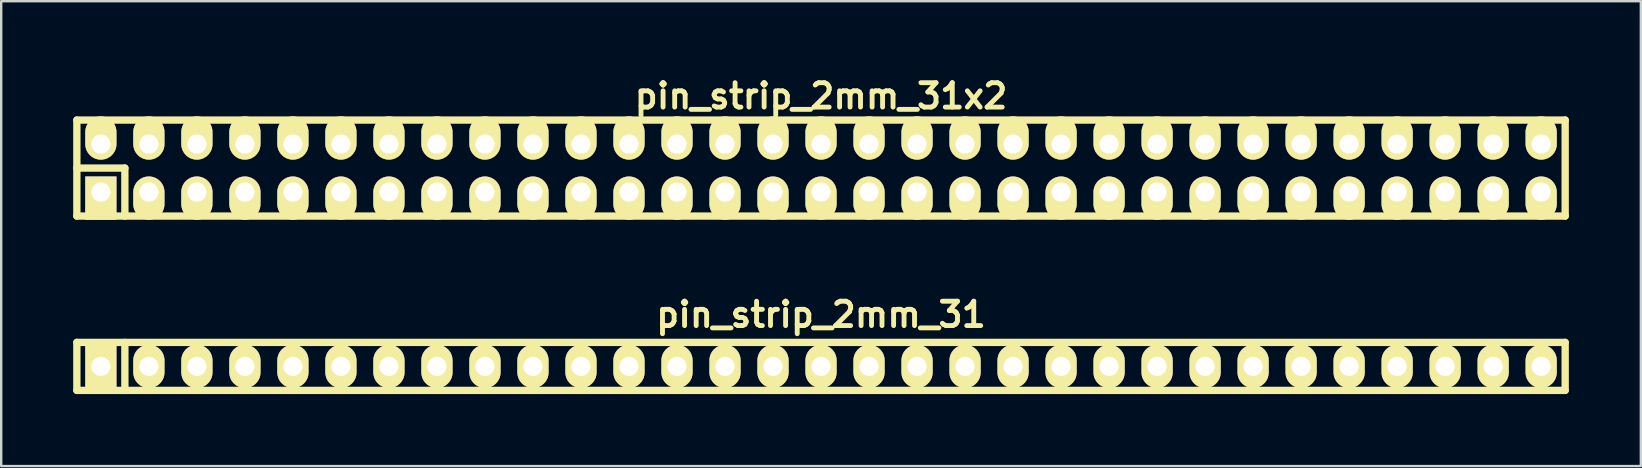
<source format=kicad_pcb>
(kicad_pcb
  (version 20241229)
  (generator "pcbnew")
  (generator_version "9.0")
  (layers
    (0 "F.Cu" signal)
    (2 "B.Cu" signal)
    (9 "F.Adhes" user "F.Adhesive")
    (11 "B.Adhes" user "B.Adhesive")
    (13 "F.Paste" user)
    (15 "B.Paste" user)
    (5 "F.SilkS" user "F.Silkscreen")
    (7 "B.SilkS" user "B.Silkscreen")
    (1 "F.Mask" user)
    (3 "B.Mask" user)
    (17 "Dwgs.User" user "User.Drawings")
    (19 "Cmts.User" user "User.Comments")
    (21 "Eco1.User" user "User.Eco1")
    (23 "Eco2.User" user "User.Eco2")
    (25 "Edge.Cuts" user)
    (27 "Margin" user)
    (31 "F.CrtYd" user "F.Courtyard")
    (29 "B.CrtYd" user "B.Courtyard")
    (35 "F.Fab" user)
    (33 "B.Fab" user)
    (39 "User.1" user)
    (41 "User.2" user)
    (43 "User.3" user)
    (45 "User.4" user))
  (footprint "pin_strip_2mm_31x2"
    (layer "F.Cu")
    (at 31.152 3.951)
    (property "Reference" "pin_strip_2mm_31x2" (at 0 -3 0) (layer "F.SilkS") (effects (font (size 1.016 1.016) (thickness 0.203))))
    (attr through_hole)
    (fp_line (start -31 -2) (end 31 -2) (stroke (width 0.305) (type solid)) (layer "F.SilkS"))
    (fp_line (start -31 0) (end -29 0) (stroke (width 0.305) (type solid)) (layer "F.SilkS"))
    (fp_line (start -31 2) (end -31 -2) (stroke (width 0.305) (type solid)) (layer "F.SilkS"))
    (fp_line (start -29 0) (end -29 2) (stroke (width 0.305) (type solid)) (layer "F.SilkS"))
    (fp_line (start 31 -2) (end 31 2) (stroke (width 0.305) (type solid)) (layer "F.SilkS"))
    (fp_line (start 31 2) (end -31 2) (stroke (width 0.305) (type solid)) (layer "F.SilkS"))
    (pad "1" thru_hole rect (at -30 1) (size 1.3 1.8) (drill 0.8 (offset 0 0.25)) (layers "*.Cu" "*.Mask" "F.SilkS"))
    (pad "2" thru_hole oval (at -30 -1) (size 1.3 1.8) (drill 0.8 (offset 0 -0.25)) (layers "*.Cu" "*.Mask" "F.SilkS"))
    (pad "3" thru_hole oval (at -28 1) (size 1.3 1.8) (drill 0.8 (offset 0 0.25)) (layers "*.Cu" "*.Mask" "F.SilkS"))
    (pad "4" thru_hole oval (at -28 -1) (size 1.3 1.8) (drill 0.8 (offset 0 -0.25)) (layers "*.Cu" "*.Mask" "F.SilkS"))
    (pad "5" thru_hole oval (at -26 1) (size 1.3 1.8) (drill 0.8 (offset 0 0.25)) (layers "*.Cu" "*.Mask" "F.SilkS"))
    (pad "6" thru_hole oval (at -26 -1) (size 1.3 1.8) (drill 0.8 (offset 0 -0.25)) (layers "*.Cu" "*.Mask" "F.SilkS"))
    (pad "7" thru_hole oval (at -24 1) (size 1.3 1.8) (drill 0.8 (offset 0 0.25)) (layers "*.Cu" "*.Mask" "F.SilkS"))
    (pad "8" thru_hole oval (at -24 -1) (size 1.3 1.8) (drill 0.8 (offset 0 -0.25)) (layers "*.Cu" "*.Mask" "F.SilkS"))
    (pad "9" thru_hole oval (at -22 1) (size 1.3 1.8) (drill 0.8 (offset 0 0.25)) (layers "*.Cu" "*.Mask" "F.SilkS"))
    (pad "10" thru_hole oval (at -22 -1) (size 1.3 1.8) (drill 0.8 (offset 0 -0.25)) (layers "*.Cu" "*.Mask" "F.SilkS"))
    (pad "11" thru_hole oval (at -20 1) (size 1.3 1.8) (drill 0.8 (offset 0 0.25)) (layers "*.Cu" "*.Mask" "F.SilkS"))
    (pad "12" thru_hole oval (at -20 -1) (size 1.3 1.8) (drill 0.8 (offset 0 -0.25)) (layers "*.Cu" "*.Mask" "F.SilkS"))
    (pad "13" thru_hole oval (at -18 1) (size 1.3 1.8) (drill 0.8 (offset 0 0.25)) (layers "*.Cu" "*.Mask" "F.SilkS"))
    (pad "14" thru_hole oval (at -18 -1) (size 1.3 1.8) (drill 0.8 (offset 0 -0.25)) (layers "*.Cu" "*.Mask" "F.SilkS"))
    (pad "15" thru_hole oval (at -16 1) (size 1.3 1.8) (drill 0.8 (offset 0 0.25)) (layers "*.Cu" "*.Mask" "F.SilkS"))
    (pad "16" thru_hole oval (at -16 -1) (size 1.3 1.8) (drill 0.8 (offset 0 -0.25)) (layers "*.Cu" "*.Mask" "F.SilkS"))
    (pad "17" thru_hole oval (at -14 1) (size 1.3 1.8) (drill 0.8 (offset 0 0.25)) (layers "*.Cu" "*.Mask" "F.SilkS"))
    (pad "18" thru_hole oval (at -14 -1) (size 1.3 1.8) (drill 0.8 (offset 0 -0.25)) (layers "*.Cu" "*.Mask" "F.SilkS"))
    (pad "19" thru_hole oval (at -12 1) (size 1.3 1.8) (drill 0.8 (offset 0 0.25)) (layers "*.Cu" "*.Mask" "F.SilkS"))
    (pad "20" thru_hole oval (at -12 -1) (size 1.3 1.8) (drill 0.8 (offset 0 -0.25)) (layers "*.Cu" "*.Mask" "F.SilkS"))
    (pad "21" thru_hole oval (at -10 1) (size 1.3 1.8) (drill 0.8 (offset 0 0.25)) (layers "*.Cu" "*.Mask" "F.SilkS"))
    (pad "22" thru_hole oval (at -10 -1) (size 1.3 1.8) (drill 0.8 (offset 0 -0.25)) (layers "*.Cu" "*.Mask" "F.SilkS"))
    (pad "23" thru_hole oval (at -8 1) (size 1.3 1.8) (drill 0.8 (offset 0 0.25)) (layers "*.Cu" "*.Mask" "F.SilkS"))
    (pad "24" thru_hole oval (at -8 -1) (size 1.3 1.8) (drill 0.8 (offset 0 -0.25)) (layers "*.Cu" "*.Mask" "F.SilkS"))
    (pad "25" thru_hole oval (at -6 1) (size 1.3 1.8) (drill 0.8 (offset 0 0.25)) (layers "*.Cu" "*.Mask" "F.SilkS"))
    (pad "26" thru_hole oval (at -6 -1) (size 1.3 1.8) (drill 0.8 (offset 0 -0.25)) (layers "*.Cu" "*.Mask" "F.SilkS"))
    (pad "27" thru_hole oval (at -4 1) (size 1.3 1.8) (drill 0.8 (offset 0 0.25)) (layers "*.Cu" "*.Mask" "F.SilkS"))
    (pad "28" thru_hole oval (at -4 -1) (size 1.3 1.8) (drill 0.8 (offset 0 -0.25)) (layers "*.Cu" "*.Mask" "F.SilkS"))
    (pad "29" thru_hole oval (at -2 1) (size 1.3 1.8) (drill 0.8 (offset 0 0.25)) (layers "*.Cu" "*.Mask" "F.SilkS"))
    (pad "30" thru_hole oval (at -2 -1) (size 1.3 1.8) (drill 0.8 (offset 0 -0.25)) (layers "*.Cu" "*.Mask" "F.SilkS"))
    (pad "31" thru_hole oval (at 0 1) (size 1.3 1.8) (drill 0.8 (offset 0 0.25)) (layers "*.Cu" "*.Mask" "F.SilkS"))
    (pad "32" thru_hole oval (at 0 -1) (size 1.3 1.8) (drill 0.8 (offset 0 -0.25)) (layers "*.Cu" "*.Mask" "F.SilkS"))
    (pad "33" thru_hole oval (at 2 1) (size 1.3 1.8) (drill 0.8 (offset 0 0.25)) (layers "*.Cu" "*.Mask" "F.SilkS"))
    (pad "34" thru_hole oval (at 2 -1) (size 1.3 1.8) (drill 0.8 (offset 0 -0.25)) (layers "*.Cu" "*.Mask" "F.SilkS"))
    (pad "35" thru_hole oval (at 4 1) (size 1.3 1.8) (drill 0.8 (offset 0 0.25)) (layers "*.Cu" "*.Mask" "F.SilkS"))
    (pad "36" thru_hole oval (at 4 -1) (size 1.3 1.8) (drill 0.8 (offset 0 -0.25)) (layers "*.Cu" "*.Mask" "F.SilkS"))
    (pad "37" thru_hole oval (at 6 1) (size 1.3 1.8) (drill 0.8 (offset 0 0.25)) (layers "*.Cu" "*.Mask" "F.SilkS"))
    (pad "38" thru_hole oval (at 6 -1) (size 1.3 1.8) (drill 0.8 (offset 0 -0.25)) (layers "*.Cu" "*.Mask" "F.SilkS"))
    (pad "39" thru_hole oval (at 8 1) (size 1.3 1.8) (drill 0.8 (offset 0 0.25)) (layers "*.Cu" "*.Mask" "F.SilkS"))
    (pad "40" thru_hole oval (at 8 -1) (size 1.3 1.8) (drill 0.8 (offset 0 -0.25)) (layers "*.Cu" "*.Mask" "F.SilkS"))
    (pad "41" thru_hole oval (at 10 1) (size 1.3 1.8) (drill 0.8 (offset 0 0.25)) (layers "*.Cu" "*.Mask" "F.SilkS"))
    (pad "42" thru_hole oval (at 10 -1) (size 1.3 1.8) (drill 0.8 (offset 0 -0.25)) (layers "*.Cu" "*.Mask" "F.SilkS"))
    (pad "43" thru_hole oval (at 12 1) (size 1.3 1.8) (drill 0.8 (offset 0 0.25)) (layers "*.Cu" "*.Mask" "F.SilkS"))
    (pad "44" thru_hole oval (at 12 -1) (size 1.3 1.8) (drill 0.8 (offset 0 -0.25)) (layers "*.Cu" "*.Mask" "F.SilkS"))
    (pad "45" thru_hole oval (at 14 1) (size 1.3 1.8) (drill 0.8 (offset 0 0.25)) (layers "*.Cu" "*.Mask" "F.SilkS"))
    (pad "46" thru_hole oval (at 14 -1) (size 1.3 1.8) (drill 0.8 (offset 0 -0.25)) (layers "*.Cu" "*.Mask" "F.SilkS"))
    (pad "47" thru_hole oval (at 16 1) (size 1.3 1.8) (drill 0.8 (offset 0 0.25)) (layers "*.Cu" "*.Mask" "F.SilkS"))
    (pad "48" thru_hole oval (at 16 -1) (size 1.3 1.8) (drill 0.8 (offset 0 -0.25)) (layers "*.Cu" "*.Mask" "F.SilkS"))
    (pad "49" thru_hole oval (at 18 1) (size 1.3 1.8) (drill 0.8 (offset 0 0.25)) (layers "*.Cu" "*.Mask" "F.SilkS"))
    (pad "50" thru_hole oval (at 18 -1) (size 1.3 1.8) (drill 0.8 (offset 0 -0.25)) (layers "*.Cu" "*.Mask" "F.SilkS"))
    (pad "51" thru_hole oval (at 20 1) (size 1.3 1.8) (drill 0.8 (offset 0 0.25)) (layers "*.Cu" "*.Mask" "F.SilkS"))
    (pad "52" thru_hole oval (at 20 -1) (size 1.3 1.8) (drill 0.8 (offset 0 -0.25)) (layers "*.Cu" "*.Mask" "F.SilkS"))
    (pad "53" thru_hole oval (at 22 1) (size 1.3 1.8) (drill 0.8 (offset 0 0.25)) (layers "*.Cu" "*.Mask" "F.SilkS"))
    (pad "54" thru_hole oval (at 22 -1) (size 1.3 1.8) (drill 0.8 (offset 0 -0.25)) (layers "*.Cu" "*.Mask" "F.SilkS"))
    (pad "55" thru_hole oval (at 24 1) (size 1.3 1.8) (drill 0.8 (offset 0 0.25)) (layers "*.Cu" "*.Mask" "F.SilkS"))
    (pad "56" thru_hole oval (at 24 -1) (size 1.3 1.8) (drill 0.8 (offset 0 -0.25)) (layers "*.Cu" "*.Mask" "F.SilkS"))
    (pad "57" thru_hole oval (at 26 1) (size 1.3 1.8) (drill 0.8 (offset 0 0.25)) (layers "*.Cu" "*.Mask" "F.SilkS"))
    (pad "58" thru_hole oval (at 26 -1) (size 1.3 1.8) (drill 0.8 (offset 0 -0.25)) (layers "*.Cu" "*.Mask" "F.SilkS"))
    (pad "59" thru_hole oval (at 28 1) (size 1.3 1.8) (drill 0.8 (offset 0 0.25)) (layers "*.Cu" "*.Mask" "F.SilkS"))
    (pad "60" thru_hole oval (at 28 -1) (size 1.3 1.8) (drill 0.8 (offset 0 -0.25)) (layers "*.Cu" "*.Mask" "F.SilkS"))
    (pad "61" thru_hole oval (at 30 1) (size 1.3 1.8) (drill 0.8 (offset 0 0.25)) (layers "*.Cu" "*.Mask" "F.SilkS"))
    (pad "62" thru_hole oval (at 30 -1) (size 1.3 1.8) (drill 0.8 (offset 0 -0.25)) (layers "*.Cu" "*.Mask" "F.SilkS")))
  (footprint "pin_strip_2mm_31"
    (layer "F.Cu")
    (at 31.152 12.213)
    (property "Reference" "pin_strip_2mm_31" (at 0 -2.159 0) (layer "F.SilkS") (effects (font (size 1.016 1.016) (thickness 0.203))))
    (attr through_hole)
    (fp_line (start -31 -1) (end 31 -1) (stroke (width 0.305) (type solid)) (layer "F.SilkS"))
    (fp_line (start -31 1) (end -31 -1) (stroke (width 0.305) (type solid)) (layer "F.SilkS"))
    (fp_line (start -29 -1) (end -29 1) (stroke (width 0.305) (type solid)) (layer "F.SilkS"))
    (fp_line (start 31 -1) (end 31 1) (stroke (width 0.305) (type solid)) (layer "F.SilkS"))
    (fp_line (start 31 1) (end -31 1) (stroke (width 0.305) (type solid)) (layer "F.SilkS"))
    (pad "1" thru_hole rect (at -30 0) (size 1.3 1.8) (drill 0.8) (layers "*.Cu" "*.Mask" "F.SilkS"))
    (pad "2" thru_hole oval (at -28 0) (size 1.3 1.8) (drill 0.8) (layers "*.Cu" "*.Mask" "F.SilkS"))
    (pad "3" thru_hole oval (at -26 0) (size 1.3 1.8) (drill 0.8) (layers "*.Cu" "*.Mask" "F.SilkS"))
    (pad "4" thru_hole oval (at -24 0) (size 1.3 1.8) (drill 0.8) (layers "*.Cu" "*.Mask" "F.SilkS"))
    (pad "5" thru_hole oval (at -22 0) (size 1.3 1.8) (drill 0.8) (layers "*.Cu" "*.Mask" "F.SilkS"))
    (pad "6" thru_hole oval (at -20 0) (size 1.3 1.8) (drill 0.8) (layers "*.Cu" "*.Mask" "F.SilkS"))
    (pad "7" thru_hole oval (at -18 0) (size 1.3 1.8) (drill 0.8) (layers "*.Cu" "*.Mask" "F.SilkS"))
    (pad "8" thru_hole oval (at -16 0) (size 1.3 1.8) (drill 0.8) (layers "*.Cu" "*.Mask" "F.SilkS"))
    (pad "9" thru_hole oval (at -14 0) (size 1.3 1.8) (drill 0.8) (layers "*.Cu" "*.Mask" "F.SilkS"))
    (pad "10" thru_hole oval (at -12 0) (size 1.3 1.8) (drill 0.8) (layers "*.Cu" "*.Mask" "F.SilkS"))
    (pad "11" thru_hole oval (at -10 0) (size 1.3 1.8) (drill 0.8) (layers "*.Cu" "*.Mask" "F.SilkS"))
    (pad "12" thru_hole oval (at -8 0) (size 1.3 1.8) (drill 0.8) (layers "*.Cu" "*.Mask" "F.SilkS"))
    (pad "13" thru_hole oval (at -6 0) (size 1.3 1.8) (drill 0.8) (layers "*.Cu" "*.Mask" "F.SilkS"))
    (pad "14" thru_hole oval (at -4 0) (size 1.3 1.8) (drill 0.8) (layers "*.Cu" "*.Mask" "F.SilkS"))
    (pad "15" thru_hole oval (at -2 0) (size 1.3 1.8) (drill 0.8) (layers "*.Cu" "*.Mask" "F.SilkS"))
    (pad "16" thru_hole oval (at 0 0) (size 1.3 1.8) (drill 0.8) (layers "*.Cu" "*.Mask" "F.SilkS"))
    (pad "17" thru_hole oval (at 2 0) (size 1.3 1.8) (drill 0.8) (layers "*.Cu" "*.Mask" "F.SilkS"))
    (pad "18" thru_hole oval (at 4 0) (size 1.3 1.8) (drill 0.8) (layers "*.Cu" "*.Mask" "F.SilkS"))
    (pad "19" thru_hole oval (at 6 0) (size 1.3 1.8) (drill 0.8) (layers "*.Cu" "*.Mask" "F.SilkS"))
    (pad "20" thru_hole oval (at 8 0) (size 1.3 1.8) (drill 0.8) (layers "*.Cu" "*.Mask" "F.SilkS"))
    (pad "21" thru_hole oval (at 10 0) (size 1.3 1.8) (drill 0.8) (layers "*.Cu" "*.Mask" "F.SilkS"))
    (pad "22" thru_hole oval (at 12 0) (size 1.3 1.8) (drill 0.8) (layers "*.Cu" "*.Mask" "F.SilkS"))
    (pad "23" thru_hole oval (at 14 0) (size 1.3 1.8) (drill 0.8) (layers "*.Cu" "*.Mask" "F.SilkS"))
    (pad "24" thru_hole oval (at 16 0) (size 1.3 1.8) (drill 0.8) (layers "*.Cu" "*.Mask" "F.SilkS"))
    (pad "25" thru_hole oval (at 18 0) (size 1.3 1.8) (drill 0.8) (layers "*.Cu" "*.Mask" "F.SilkS"))
    (pad "26" thru_hole oval (at 20 0) (size 1.3 1.8) (drill 0.8) (layers "*.Cu" "*.Mask" "F.SilkS"))
    (pad "27" thru_hole oval (at 22 0) (size 1.3 1.8) (drill 0.8) (layers "*.Cu" "*.Mask" "F.SilkS"))
    (pad "28" thru_hole oval (at 24 0) (size 1.3 1.8) (drill 0.8) (layers "*.Cu" "*.Mask" "F.SilkS"))
    (pad "29" thru_hole oval (at 26 0) (size 1.3 1.8) (drill 0.8) (layers "*.Cu" "*.Mask" "F.SilkS"))
    (pad "30" thru_hole oval (at 28 0) (size 1.3 1.8) (drill 0.8) (layers "*.Cu" "*.Mask" "F.SilkS"))
    (pad "31" thru_hole oval (at 30 0) (size 1.3 1.8) (drill 0.8) (layers "*.Cu" "*.Mask" "F.SilkS")))
  (gr_rect
    (start -3 -3)
    (end 65.305 16.366)
    (stroke (width 0.1) (type default))
    (fill no)
    (layer "Edge.Cuts")))
</source>
